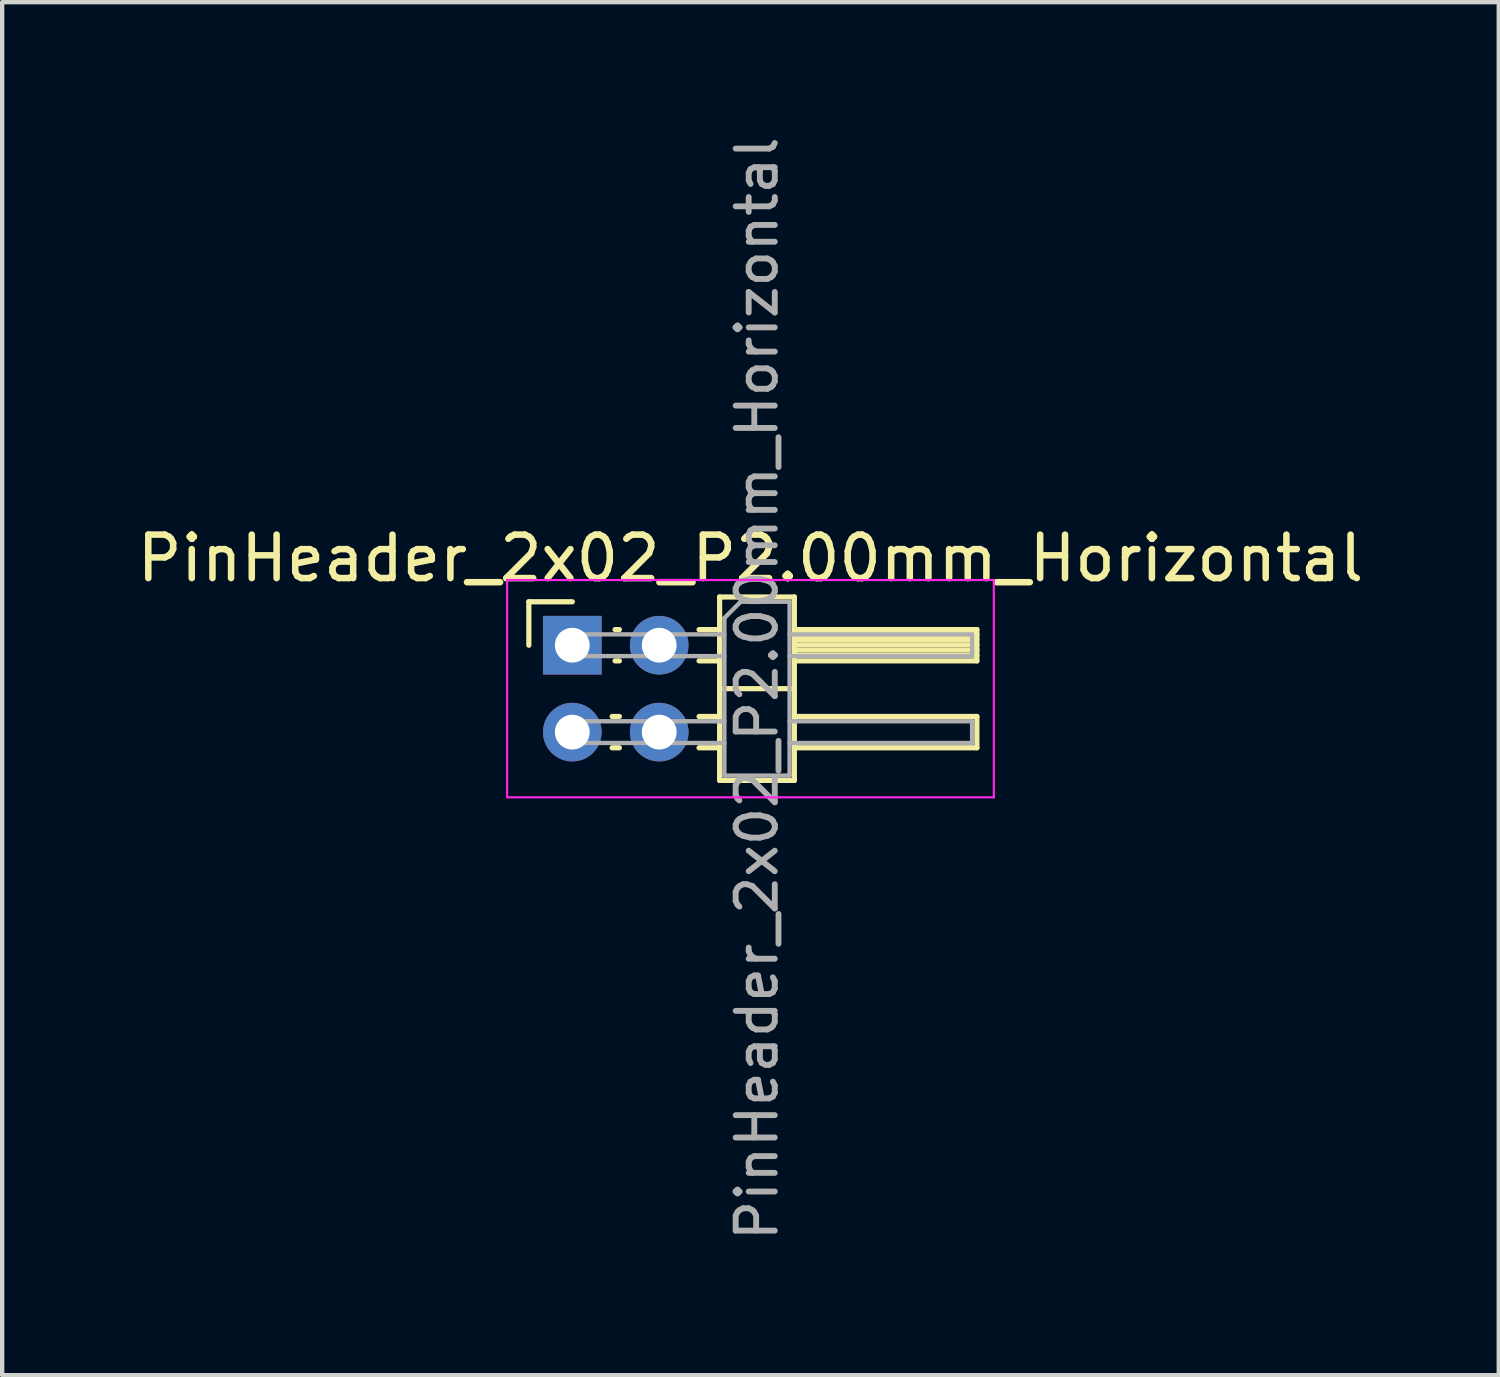
<source format=kicad_pcb>
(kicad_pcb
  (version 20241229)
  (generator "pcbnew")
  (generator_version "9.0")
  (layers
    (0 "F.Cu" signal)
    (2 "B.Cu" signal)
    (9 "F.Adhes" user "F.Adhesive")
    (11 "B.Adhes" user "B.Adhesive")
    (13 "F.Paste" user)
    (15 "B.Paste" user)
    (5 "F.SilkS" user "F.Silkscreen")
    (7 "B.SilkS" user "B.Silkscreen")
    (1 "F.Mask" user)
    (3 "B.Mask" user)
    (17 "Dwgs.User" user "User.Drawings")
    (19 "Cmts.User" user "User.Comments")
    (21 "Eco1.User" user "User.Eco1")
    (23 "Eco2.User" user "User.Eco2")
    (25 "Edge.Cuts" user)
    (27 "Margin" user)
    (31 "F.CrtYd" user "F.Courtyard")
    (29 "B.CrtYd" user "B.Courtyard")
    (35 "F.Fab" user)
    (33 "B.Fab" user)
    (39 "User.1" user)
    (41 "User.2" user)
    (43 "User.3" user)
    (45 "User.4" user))
  (footprint "PinHeader_2x02_P2.00mm_Horizontal"
    (layer "F.Cu")
    (at 10.12 11.798)
    (property "Reference" "PinHeader_2x02_P2.00mm_Horizontal" (at 4.1 -2 0) (layer "F.SilkS") (effects (font (size 1 1) (thickness 0.15))))
    (attr through_hole)
    (fp_line (start -1 -1) (end 0 -1) (stroke (width 0.12) (type solid)) (layer "F.SilkS"))
    (fp_line (start -1 0) (end -1 -1) (stroke (width 0.12) (type solid)) (layer "F.SilkS"))
    (fp_line (start 0.917 1.64) (end 1.083 1.64) (stroke (width 0.12) (type solid)) (layer "F.SilkS"))
    (fp_line (start 0.917 2.36) (end 1.083 2.36) (stroke (width 0.12) (type solid)) (layer "F.SilkS"))
    (fp_line (start 0.985 -0.36) (end 1.083 -0.36) (stroke (width 0.12) (type solid)) (layer "F.SilkS"))
    (fp_line (start 0.985 0.36) (end 1.083 0.36) (stroke (width 0.12) (type solid)) (layer "F.SilkS"))
    (fp_line (start 2.917 -0.36) (end 3.39 -0.36) (stroke (width 0.12) (type solid)) (layer "F.SilkS"))
    (fp_line (start 2.917 0.36) (end 3.39 0.36) (stroke (width 0.12) (type solid)) (layer "F.SilkS"))
    (fp_line (start 2.917 1.64) (end 3.39 1.64) (stroke (width 0.12) (type solid)) (layer "F.SilkS"))
    (fp_line (start 2.917 2.36) (end 3.39 2.36) (stroke (width 0.12) (type solid)) (layer "F.SilkS"))
    (fp_line (start 3.39 -1.11) (end 3.39 3.11) (stroke (width 0.12) (type solid)) (layer "F.SilkS"))
    (fp_line (start 3.39 1) (end 5.11 1) (stroke (width 0.12) (type solid)) (layer "F.SilkS"))
    (fp_line (start 3.39 3.11) (end 5.11 3.11) (stroke (width 0.12) (type solid)) (layer "F.SilkS"))
    (fp_line (start 5.11 -1.11) (end 3.39 -1.11) (stroke (width 0.12) (type solid)) (layer "F.SilkS"))
    (fp_line (start 5.11 -0.36) (end 9.31 -0.36) (stroke (width 0.12) (type solid)) (layer "F.SilkS"))
    (fp_line (start 5.11 -0.25) (end 9.31 -0.25) (stroke (width 0.12) (type solid)) (layer "F.SilkS"))
    (fp_line (start 5.11 -0.13) (end 9.31 -0.13) (stroke (width 0.12) (type solid)) (layer "F.SilkS"))
    (fp_line (start 5.11 -0.01) (end 9.31 -0.01) (stroke (width 0.12) (type solid)) (layer "F.SilkS"))
    (fp_line (start 5.11 0.11) (end 9.31 0.11) (stroke (width 0.12) (type solid)) (layer "F.SilkS"))
    (fp_line (start 5.11 0.23) (end 9.31 0.23) (stroke (width 0.12) (type solid)) (layer "F.SilkS"))
    (fp_line (start 5.11 1.64) (end 9.31 1.64) (stroke (width 0.12) (type solid)) (layer "F.SilkS"))
    (fp_line (start 5.11 3.11) (end 5.11 -1.11) (stroke (width 0.12) (type solid)) (layer "F.SilkS"))
    (fp_line (start 9.31 -0.36) (end 9.31 0.36) (stroke (width 0.12) (type solid)) (layer "F.SilkS"))
    (fp_line (start 9.31 0.36) (end 5.11 0.36) (stroke (width 0.12) (type solid)) (layer "F.SilkS"))
    (fp_line (start 9.31 1.64) (end 9.31 2.36) (stroke (width 0.12) (type solid)) (layer "F.SilkS"))
    (fp_line (start 9.31 2.36) (end 5.11 2.36) (stroke (width 0.12) (type solid)) (layer "F.SilkS"))
    (fp_line (start -1.5 -1.5) (end -1.5 3.5) (stroke (width 0.05) (type solid)) (layer "F.CrtYd"))
    (fp_line (start -1.5 3.5) (end 9.7 3.5) (stroke (width 0.05) (type solid)) (layer "F.CrtYd"))
    (fp_line (start 9.7 -1.5) (end -1.5 -1.5) (stroke (width 0.05) (type solid)) (layer "F.CrtYd"))
    (fp_line (start 9.7 3.5) (end 9.7 -1.5) (stroke (width 0.05) (type solid)) (layer "F.CrtYd"))
    (fp_line (start -0.25 -0.25) (end -0.25 0.25) (stroke (width 0.1) (type solid)) (layer "F.Fab"))
    (fp_line (start -0.25 -0.25) (end 3.5 -0.25) (stroke (width 0.1) (type solid)) (layer "F.Fab"))
    (fp_line (start -0.25 0.25) (end 3.5 0.25) (stroke (width 0.1) (type solid)) (layer "F.Fab"))
    (fp_line (start -0.25 1.75) (end -0.25 2.25) (stroke (width 0.1) (type solid)) (layer "F.Fab"))
    (fp_line (start -0.25 1.75) (end 3.5 1.75) (stroke (width 0.1) (type solid)) (layer "F.Fab"))
    (fp_line (start -0.25 2.25) (end 3.5 2.25) (stroke (width 0.1) (type solid)) (layer "F.Fab"))
    (fp_line (start 3.5 -0.625) (end 3.875 -1) (stroke (width 0.1) (type solid)) (layer "F.Fab"))
    (fp_line (start 3.5 3) (end 3.5 -0.625) (stroke (width 0.1) (type solid)) (layer "F.Fab"))
    (fp_line (start 3.875 -1) (end 5 -1) (stroke (width 0.1) (type solid)) (layer "F.Fab"))
    (fp_line (start 5 -1) (end 5 3) (stroke (width 0.1) (type solid)) (layer "F.Fab"))
    (fp_line (start 5 -0.25) (end 9.2 -0.25) (stroke (width 0.1) (type solid)) (layer "F.Fab"))
    (fp_line (start 5 0.25) (end 9.2 0.25) (stroke (width 0.1) (type solid)) (layer "F.Fab"))
    (fp_line (start 5 1.75) (end 9.2 1.75) (stroke (width 0.1) (type solid)) (layer "F.Fab"))
    (fp_line (start 5 2.25) (end 9.2 2.25) (stroke (width 0.1) (type solid)) (layer "F.Fab"))
    (fp_line (start 5 3) (end 3.5 3) (stroke (width 0.1) (type solid)) (layer "F.Fab"))
    (fp_line (start 9.2 -0.25) (end 9.2 0.25) (stroke (width 0.1) (type solid)) (layer "F.Fab"))
    (fp_line (start 9.2 1.75) (end 9.2 2.25) (stroke (width 0.1) (type solid)) (layer "F.Fab"))
    (fp_text user "${REFERENCE}" (at 4.25 1 90) (layer "F.Fab") (effects (font (size 0.9 0.9) (thickness 0.135))))
    (pad "1" thru_hole rect (at 0 0) (size 1.35 1.35) (drill 0.8) (layers "*.Cu" "*.Mask"))
    (pad "2" thru_hole circle (at 2 0) (size 1.35 1.35) (drill 0.8) (layers "*.Cu" "*.Mask"))
    (pad "3" thru_hole circle (at 0 2) (size 1.35 1.35) (drill 0.8) (layers "*.Cu" "*.Mask"))
    (pad "4" thru_hole circle (at 2 2) (size 1.35 1.35) (drill 0.8) (layers "*.Cu" "*.Mask")))
  (gr_rect
    (start -3 -3)
    (end 31.44 28.596)
    (stroke (width 0.1) (type default))
    (fill no)
    (layer "Edge.Cuts")))
</source>
